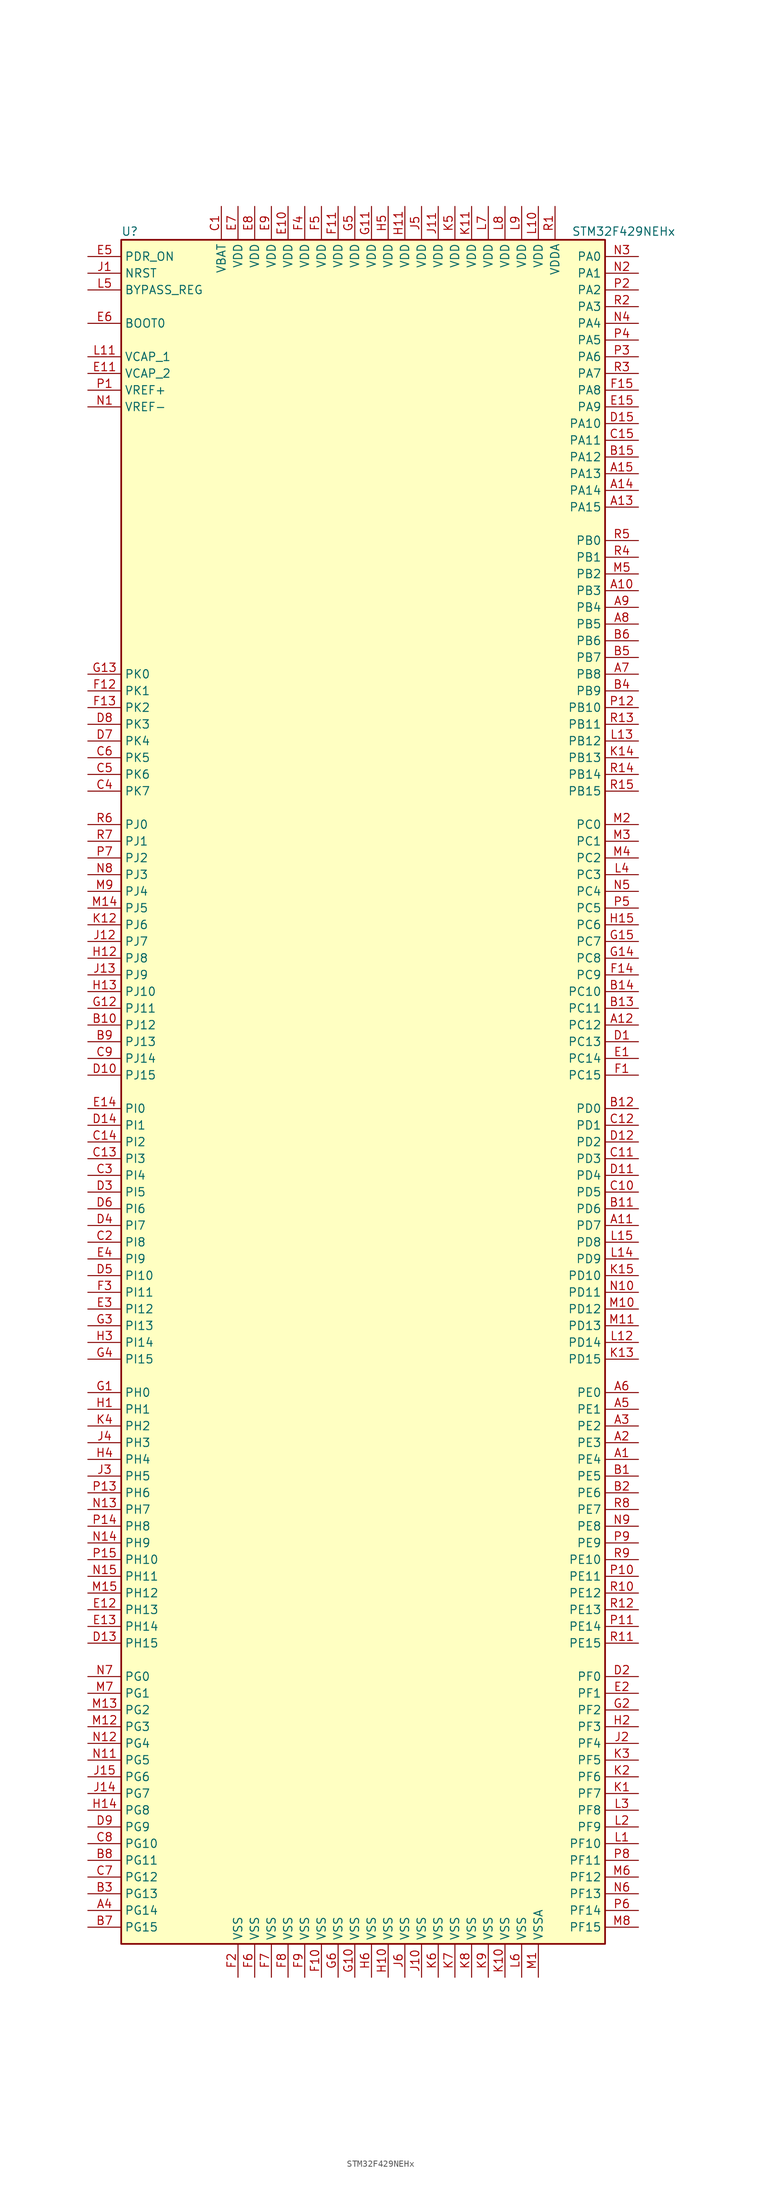
<source format=kicad_sym>
(kicad_symbol_lib
  (version 20201005)
  (generator kicad_symbol_editor)
  (symbol "MCU_ST_STM32F4:STM32F429NEHx"
    (property "Reference" "U"
      (at -38.1 130.81 0)
      (effects (font (size 1.27 1.27)) (justify left)))
    (property "Value" "STM32F429NEHx"
      (at 30.48 130.81 0)
      (effects (font (size 1.27 1.27)) (justify left)))
    (symbol "STM32F429NEHx_0_1"
      (rectangle (start -38.1 -129.54) (end 35.56 129.54) (stroke (width 0.254)) (fill (type background))))
    (symbol "STM32F429NEHx_1_1"
      (pin input line (at -43.18 116.84 0) (length 5.08) (name "BOOT0" (effects (font (size 1.27 1.27)))) (number "E6" (effects (font (size 1.27 1.27)))))
      (pin input line (at -43.18 121.92 0) (length 5.08) (name "BYPASS_REG" (effects (font (size 1.27 1.27)))) (number "L5" (effects (font (size 1.27 1.27)))))
      (pin input line (at -43.18 124.46 0) (length 5.08) (name "NRST" (effects (font (size 1.27 1.27)))) (number "J1" (effects (font (size 1.27 1.27)))))
      (pin bidirectional line (at 40.64 127 180) (length 5.08) (name "PA0" (effects (font (size 1.27 1.27)))) (number "N3" (effects (font (size 1.27 1.27)))))
      (pin bidirectional line (at 40.64 124.46 180) (length 5.08) (name "PA1" (effects (font (size 1.27 1.27)))) (number "N2" (effects (font (size 1.27 1.27)))))
      (pin bidirectional line (at 40.64 101.6 180) (length 5.08) (name "PA10" (effects (font (size 1.27 1.27)))) (number "D15" (effects (font (size 1.27 1.27)))))
      (pin bidirectional line (at 40.64 99.06 180) (length 5.08) (name "PA11" (effects (font (size 1.27 1.27)))) (number "C15" (effects (font (size 1.27 1.27)))))
      (pin bidirectional line (at 40.64 96.52 180) (length 5.08) (name "PA12" (effects (font (size 1.27 1.27)))) (number "B15" (effects (font (size 1.27 1.27)))))
      (pin bidirectional line (at 40.64 93.98 180) (length 5.08) (name "PA13" (effects (font (size 1.27 1.27)))) (number "A15" (effects (font (size 1.27 1.27)))))
      (pin bidirectional line (at 40.64 91.44 180) (length 5.08) (name "PA14" (effects (font (size 1.27 1.27)))) (number "A14" (effects (font (size 1.27 1.27)))))
      (pin bidirectional line (at 40.64 88.9 180) (length 5.08) (name "PA15" (effects (font (size 1.27 1.27)))) (number "A13" (effects (font (size 1.27 1.27)))))
      (pin bidirectional line (at 40.64 121.92 180) (length 5.08) (name "PA2" (effects (font (size 1.27 1.27)))) (number "P2" (effects (font (size 1.27 1.27)))))
      (pin bidirectional line (at 40.64 119.38 180) (length 5.08) (name "PA3" (effects (font (size 1.27 1.27)))) (number "R2" (effects (font (size 1.27 1.27)))))
      (pin bidirectional line (at 40.64 116.84 180) (length 5.08) (name "PA4" (effects (font (size 1.27 1.27)))) (number "N4" (effects (font (size 1.27 1.27)))))
      (pin bidirectional line (at 40.64 114.3 180) (length 5.08) (name "PA5" (effects (font (size 1.27 1.27)))) (number "P4" (effects (font (size 1.27 1.27)))))
      (pin bidirectional line (at 40.64 111.76 180) (length 5.08) (name "PA6" (effects (font (size 1.27 1.27)))) (number "P3" (effects (font (size 1.27 1.27)))))
      (pin bidirectional line (at 40.64 109.22 180) (length 5.08) (name "PA7" (effects (font (size 1.27 1.27)))) (number "R3" (effects (font (size 1.27 1.27)))))
      (pin bidirectional line (at 40.64 106.68 180) (length 5.08) (name "PA8" (effects (font (size 1.27 1.27)))) (number "F15" (effects (font (size 1.27 1.27)))))
      (pin bidirectional line (at 40.64 104.14 180) (length 5.08) (name "PA9" (effects (font (size 1.27 1.27)))) (number "E15" (effects (font (size 1.27 1.27)))))
      (pin bidirectional line (at 40.64 83.82 180) (length 5.08) (name "PB0" (effects (font (size 1.27 1.27)))) (number "R5" (effects (font (size 1.27 1.27)))))
      (pin bidirectional line (at 40.64 81.28 180) (length 5.08) (name "PB1" (effects (font (size 1.27 1.27)))) (number "R4" (effects (font (size 1.27 1.27)))))
      (pin bidirectional line (at 40.64 58.42 180) (length 5.08) (name "PB10" (effects (font (size 1.27 1.27)))) (number "P12" (effects (font (size 1.27 1.27)))))
      (pin bidirectional line (at 40.64 55.88 180) (length 5.08) (name "PB11" (effects (font (size 1.27 1.27)))) (number "R13" (effects (font (size 1.27 1.27)))))
      (pin bidirectional line (at 40.64 53.34 180) (length 5.08) (name "PB12" (effects (font (size 1.27 1.27)))) (number "L13" (effects (font (size 1.27 1.27)))))
      (pin bidirectional line (at 40.64 50.8 180) (length 5.08) (name "PB13" (effects (font (size 1.27 1.27)))) (number "K14" (effects (font (size 1.27 1.27)))))
      (pin bidirectional line (at 40.64 48.26 180) (length 5.08) (name "PB14" (effects (font (size 1.27 1.27)))) (number "R14" (effects (font (size 1.27 1.27)))))
      (pin bidirectional line (at 40.64 45.72 180) (length 5.08) (name "PB15" (effects (font (size 1.27 1.27)))) (number "R15" (effects (font (size 1.27 1.27)))))
      (pin bidirectional line (at 40.64 78.74 180) (length 5.08) (name "PB2" (effects (font (size 1.27 1.27)))) (number "M5" (effects (font (size 1.27 1.27)))))
      (pin bidirectional line (at 40.64 76.2 180) (length 5.08) (name "PB3" (effects (font (size 1.27 1.27)))) (number "A10" (effects (font (size 1.27 1.27)))))
      (pin bidirectional line (at 40.64 73.66 180) (length 5.08) (name "PB4" (effects (font (size 1.27 1.27)))) (number "A9" (effects (font (size 1.27 1.27)))))
      (pin bidirectional line (at 40.64 71.12 180) (length 5.08) (name "PB5" (effects (font (size 1.27 1.27)))) (number "A8" (effects (font (size 1.27 1.27)))))
      (pin bidirectional line (at 40.64 68.58 180) (length 5.08) (name "PB6" (effects (font (size 1.27 1.27)))) (number "B6" (effects (font (size 1.27 1.27)))))
      (pin bidirectional line (at 40.64 66.04 180) (length 5.08) (name "PB7" (effects (font (size 1.27 1.27)))) (number "B5" (effects (font (size 1.27 1.27)))))
      (pin bidirectional line (at 40.64 63.5 180) (length 5.08) (name "PB8" (effects (font (size 1.27 1.27)))) (number "A7" (effects (font (size 1.27 1.27)))))
      (pin bidirectional line (at 40.64 60.96 180) (length 5.08) (name "PB9" (effects (font (size 1.27 1.27)))) (number "B4" (effects (font (size 1.27 1.27)))))
      (pin bidirectional line (at 40.64 40.64 180) (length 5.08) (name "PC0" (effects (font (size 1.27 1.27)))) (number "M2" (effects (font (size 1.27 1.27)))))
      (pin bidirectional line (at 40.64 38.1 180) (length 5.08) (name "PC1" (effects (font (size 1.27 1.27)))) (number "M3" (effects (font (size 1.27 1.27)))))
      (pin bidirectional line (at 40.64 15.24 180) (length 5.08) (name "PC10" (effects (font (size 1.27 1.27)))) (number "B14" (effects (font (size 1.27 1.27)))))
      (pin bidirectional line (at 40.64 12.7 180) (length 5.08) (name "PC11" (effects (font (size 1.27 1.27)))) (number "B13" (effects (font (size 1.27 1.27)))))
      (pin bidirectional line (at 40.64 10.16 180) (length 5.08) (name "PC12" (effects (font (size 1.27 1.27)))) (number "A12" (effects (font (size 1.27 1.27)))))
      (pin bidirectional line (at 40.64 7.62 180) (length 5.08) (name "PC13" (effects (font (size 1.27 1.27)))) (number "D1" (effects (font (size 1.27 1.27)))))
      (pin bidirectional line (at 40.64 5.08 180) (length 5.08) (name "PC14" (effects (font (size 1.27 1.27)))) (number "E1" (effects (font (size 1.27 1.27)))))
      (pin bidirectional line (at 40.64 2.54 180) (length 5.08) (name "PC15" (effects (font (size 1.27 1.27)))) (number "F1" (effects (font (size 1.27 1.27)))))
      (pin bidirectional line (at 40.64 35.56 180) (length 5.08) (name "PC2" (effects (font (size 1.27 1.27)))) (number "M4" (effects (font (size 1.27 1.27)))))
      (pin bidirectional line (at 40.64 33.02 180) (length 5.08) (name "PC3" (effects (font (size 1.27 1.27)))) (number "L4" (effects (font (size 1.27 1.27)))))
      (pin bidirectional line (at 40.64 30.48 180) (length 5.08) (name "PC4" (effects (font (size 1.27 1.27)))) (number "N5" (effects (font (size 1.27 1.27)))))
      (pin bidirectional line (at 40.64 27.94 180) (length 5.08) (name "PC5" (effects (font (size 1.27 1.27)))) (number "P5" (effects (font (size 1.27 1.27)))))
      (pin bidirectional line (at 40.64 25.4 180) (length 5.08) (name "PC6" (effects (font (size 1.27 1.27)))) (number "H15" (effects (font (size 1.27 1.27)))))
      (pin bidirectional line (at 40.64 22.86 180) (length 5.08) (name "PC7" (effects (font (size 1.27 1.27)))) (number "G15" (effects (font (size 1.27 1.27)))))
      (pin bidirectional line (at 40.64 20.32 180) (length 5.08) (name "PC8" (effects (font (size 1.27 1.27)))) (number "G14" (effects (font (size 1.27 1.27)))))
      (pin bidirectional line (at 40.64 17.78 180) (length 5.08) (name "PC9" (effects (font (size 1.27 1.27)))) (number "F14" (effects (font (size 1.27 1.27)))))
      (pin bidirectional line (at 40.64 -2.54 180) (length 5.08) (name "PD0" (effects (font (size 1.27 1.27)))) (number "B12" (effects (font (size 1.27 1.27)))))
      (pin bidirectional line (at 40.64 -5.08 180) (length 5.08) (name "PD1" (effects (font (size 1.27 1.27)))) (number "C12" (effects (font (size 1.27 1.27)))))
      (pin bidirectional line (at 40.64 -27.94 180) (length 5.08) (name "PD10" (effects (font (size 1.27 1.27)))) (number "K15" (effects (font (size 1.27 1.27)))))
      (pin bidirectional line (at 40.64 -30.48 180) (length 5.08) (name "PD11" (effects (font (size 1.27 1.27)))) (number "N10" (effects (font (size 1.27 1.27)))))
      (pin bidirectional line (at 40.64 -33.02 180) (length 5.08) (name "PD12" (effects (font (size 1.27 1.27)))) (number "M10" (effects (font (size 1.27 1.27)))))
      (pin bidirectional line (at 40.64 -35.56 180) (length 5.08) (name "PD13" (effects (font (size 1.27 1.27)))) (number "M11" (effects (font (size 1.27 1.27)))))
      (pin bidirectional line (at 40.64 -38.1 180) (length 5.08) (name "PD14" (effects (font (size 1.27 1.27)))) (number "L12" (effects (font (size 1.27 1.27)))))
      (pin bidirectional line (at 40.64 -40.64 180) (length 5.08) (name "PD15" (effects (font (size 1.27 1.27)))) (number "K13" (effects (font (size 1.27 1.27)))))
      (pin bidirectional line (at 40.64 -7.62 180) (length 5.08) (name "PD2" (effects (font (size 1.27 1.27)))) (number "D12" (effects (font (size 1.27 1.27)))))
      (pin bidirectional line (at 40.64 -10.16 180) (length 5.08) (name "PD3" (effects (font (size 1.27 1.27)))) (number "C11" (effects (font (size 1.27 1.27)))))
      (pin bidirectional line (at 40.64 -12.7 180) (length 5.08) (name "PD4" (effects (font (size 1.27 1.27)))) (number "D11" (effects (font (size 1.27 1.27)))))
      (pin bidirectional line (at 40.64 -15.24 180) (length 5.08) (name "PD5" (effects (font (size 1.27 1.27)))) (number "C10" (effects (font (size 1.27 1.27)))))
      (pin bidirectional line (at 40.64 -17.78 180) (length 5.08) (name "PD6" (effects (font (size 1.27 1.27)))) (number "B11" (effects (font (size 1.27 1.27)))))
      (pin bidirectional line (at 40.64 -20.32 180) (length 5.08) (name "PD7" (effects (font (size 1.27 1.27)))) (number "A11" (effects (font (size 1.27 1.27)))))
      (pin bidirectional line (at 40.64 -22.86 180) (length 5.08) (name "PD8" (effects (font (size 1.27 1.27)))) (number "L15" (effects (font (size 1.27 1.27)))))
      (pin bidirectional line (at 40.64 -25.4 180) (length 5.08) (name "PD9" (effects (font (size 1.27 1.27)))) (number "L14" (effects (font (size 1.27 1.27)))))
      (pin input line (at -43.18 127 0) (length 5.08) (name "PDR_ON" (effects (font (size 1.27 1.27)))) (number "E5" (effects (font (size 1.27 1.27)))))
      (pin bidirectional line (at 40.64 -45.72 180) (length 5.08) (name "PE0" (effects (font (size 1.27 1.27)))) (number "A6" (effects (font (size 1.27 1.27)))))
      (pin bidirectional line (at 40.64 -48.26 180) (length 5.08) (name "PE1" (effects (font (size 1.27 1.27)))) (number "A5" (effects (font (size 1.27 1.27)))))
      (pin bidirectional line (at 40.64 -71.12 180) (length 5.08) (name "PE10" (effects (font (size 1.27 1.27)))) (number "R9" (effects (font (size 1.27 1.27)))))
      (pin bidirectional line (at 40.64 -73.66 180) (length 5.08) (name "PE11" (effects (font (size 1.27 1.27)))) (number "P10" (effects (font (size 1.27 1.27)))))
      (pin bidirectional line (at 40.64 -76.2 180) (length 5.08) (name "PE12" (effects (font (size 1.27 1.27)))) (number "R10" (effects (font (size 1.27 1.27)))))
      (pin bidirectional line (at 40.64 -78.74 180) (length 5.08) (name "PE13" (effects (font (size 1.27 1.27)))) (number "R12" (effects (font (size 1.27 1.27)))))
      (pin bidirectional line (at 40.64 -81.28 180) (length 5.08) (name "PE14" (effects (font (size 1.27 1.27)))) (number "P11" (effects (font (size 1.27 1.27)))))
      (pin bidirectional line (at 40.64 -83.82 180) (length 5.08) (name "PE15" (effects (font (size 1.27 1.27)))) (number "R11" (effects (font (size 1.27 1.27)))))
      (pin bidirectional line (at 40.64 -50.8 180) (length 5.08) (name "PE2" (effects (font (size 1.27 1.27)))) (number "A3" (effects (font (size 1.27 1.27)))))
      (pin bidirectional line (at 40.64 -53.34 180) (length 5.08) (name "PE3" (effects (font (size 1.27 1.27)))) (number "A2" (effects (font (size 1.27 1.27)))))
      (pin bidirectional line (at 40.64 -55.88 180) (length 5.08) (name "PE4" (effects (font (size 1.27 1.27)))) (number "A1" (effects (font (size 1.27 1.27)))))
      (pin bidirectional line (at 40.64 -58.42 180) (length 5.08) (name "PE5" (effects (font (size 1.27 1.27)))) (number "B1" (effects (font (size 1.27 1.27)))))
      (pin bidirectional line (at 40.64 -60.96 180) (length 5.08) (name "PE6" (effects (font (size 1.27 1.27)))) (number "B2" (effects (font (size 1.27 1.27)))))
      (pin bidirectional line (at 40.64 -63.5 180) (length 5.08) (name "PE7" (effects (font (size 1.27 1.27)))) (number "R8" (effects (font (size 1.27 1.27)))))
      (pin bidirectional line (at 40.64 -66.04 180) (length 5.08) (name "PE8" (effects (font (size 1.27 1.27)))) (number "N9" (effects (font (size 1.27 1.27)))))
      (pin bidirectional line (at 40.64 -68.58 180) (length 5.08) (name "PE9" (effects (font (size 1.27 1.27)))) (number "P9" (effects (font (size 1.27 1.27)))))
      (pin bidirectional line (at 40.64 -88.9 180) (length 5.08) (name "PF0" (effects (font (size 1.27 1.27)))) (number "D2" (effects (font (size 1.27 1.27)))))
      (pin bidirectional line (at 40.64 -91.44 180) (length 5.08) (name "PF1" (effects (font (size 1.27 1.27)))) (number "E2" (effects (font (size 1.27 1.27)))))
      (pin bidirectional line (at 40.64 -114.3 180) (length 5.08) (name "PF10" (effects (font (size 1.27 1.27)))) (number "L1" (effects (font (size 1.27 1.27)))))
      (pin bidirectional line (at 40.64 -116.84 180) (length 5.08) (name "PF11" (effects (font (size 1.27 1.27)))) (number "P8" (effects (font (size 1.27 1.27)))))
      (pin bidirectional line (at 40.64 -119.38 180) (length 5.08) (name "PF12" (effects (font (size 1.27 1.27)))) (number "M6" (effects (font (size 1.27 1.27)))))
      (pin bidirectional line (at 40.64 -121.92 180) (length 5.08) (name "PF13" (effects (font (size 1.27 1.27)))) (number "N6" (effects (font (size 1.27 1.27)))))
      (pin bidirectional line (at 40.64 -124.46 180) (length 5.08) (name "PF14" (effects (font (size 1.27 1.27)))) (number "P6" (effects (font (size 1.27 1.27)))))
      (pin bidirectional line (at 40.64 -127 180) (length 5.08) (name "PF15" (effects (font (size 1.27 1.27)))) (number "M8" (effects (font (size 1.27 1.27)))))
      (pin bidirectional line (at 40.64 -93.98 180) (length 5.08) (name "PF2" (effects (font (size 1.27 1.27)))) (number "G2" (effects (font (size 1.27 1.27)))))
      (pin bidirectional line (at 40.64 -96.52 180) (length 5.08) (name "PF3" (effects (font (size 1.27 1.27)))) (number "H2" (effects (font (size 1.27 1.27)))))
      (pin bidirectional line (at 40.64 -99.06 180) (length 5.08) (name "PF4" (effects (font (size 1.27 1.27)))) (number "J2" (effects (font (size 1.27 1.27)))))
      (pin bidirectional line (at 40.64 -101.6 180) (length 5.08) (name "PF5" (effects (font (size 1.27 1.27)))) (number "K3" (effects (font (size 1.27 1.27)))))
      (pin bidirectional line (at 40.64 -104.14 180) (length 5.08) (name "PF6" (effects (font (size 1.27 1.27)))) (number "K2" (effects (font (size 1.27 1.27)))))
      (pin bidirectional line (at 40.64 -106.68 180) (length 5.08) (name "PF7" (effects (font (size 1.27 1.27)))) (number "K1" (effects (font (size 1.27 1.27)))))
      (pin bidirectional line (at 40.64 -109.22 180) (length 5.08) (name "PF8" (effects (font (size 1.27 1.27)))) (number "L3" (effects (font (size 1.27 1.27)))))
      (pin bidirectional line (at 40.64 -111.76 180) (length 5.08) (name "PF9" (effects (font (size 1.27 1.27)))) (number "L2" (effects (font (size 1.27 1.27)))))
      (pin bidirectional line (at -43.18 -88.9 0) (length 5.08) (name "PG0" (effects (font (size 1.27 1.27)))) (number "N7" (effects (font (size 1.27 1.27)))))
      (pin bidirectional line (at -43.18 -91.44 0) (length 5.08) (name "PG1" (effects (font (size 1.27 1.27)))) (number "M7" (effects (font (size 1.27 1.27)))))
      (pin bidirectional line (at -43.18 -114.3 0) (length 5.08) (name "PG10" (effects (font (size 1.27 1.27)))) (number "C8" (effects (font (size 1.27 1.27)))))
      (pin bidirectional line (at -43.18 -116.84 0) (length 5.08) (name "PG11" (effects (font (size 1.27 1.27)))) (number "B8" (effects (font (size 1.27 1.27)))))
      (pin bidirectional line (at -43.18 -119.38 0) (length 5.08) (name "PG12" (effects (font (size 1.27 1.27)))) (number "C7" (effects (font (size 1.27 1.27)))))
      (pin bidirectional line (at -43.18 -121.92 0) (length 5.08) (name "PG13" (effects (font (size 1.27 1.27)))) (number "B3" (effects (font (size 1.27 1.27)))))
      (pin bidirectional line (at -43.18 -124.46 0) (length 5.08) (name "PG14" (effects (font (size 1.27 1.27)))) (number "A4" (effects (font (size 1.27 1.27)))))
      (pin bidirectional line (at -43.18 -127 0) (length 5.08) (name "PG15" (effects (font (size 1.27 1.27)))) (number "B7" (effects (font (size 1.27 1.27)))))
      (pin bidirectional line (at -43.18 -93.98 0) (length 5.08) (name "PG2" (effects (font (size 1.27 1.27)))) (number "M13" (effects (font (size 1.27 1.27)))))
      (pin bidirectional line (at -43.18 -96.52 0) (length 5.08) (name "PG3" (effects (font (size 1.27 1.27)))) (number "M12" (effects (font (size 1.27 1.27)))))
      (pin bidirectional line (at -43.18 -99.06 0) (length 5.08) (name "PG4" (effects (font (size 1.27 1.27)))) (number "N12" (effects (font (size 1.27 1.27)))))
      (pin bidirectional line (at -43.18 -101.6 0) (length 5.08) (name "PG5" (effects (font (size 1.27 1.27)))) (number "N11" (effects (font (size 1.27 1.27)))))
      (pin bidirectional line (at -43.18 -104.14 0) (length 5.08) (name "PG6" (effects (font (size 1.27 1.27)))) (number "J15" (effects (font (size 1.27 1.27)))))
      (pin bidirectional line (at -43.18 -106.68 0) (length 5.08) (name "PG7" (effects (font (size 1.27 1.27)))) (number "J14" (effects (font (size 1.27 1.27)))))
      (pin bidirectional line (at -43.18 -109.22 0) (length 5.08) (name "PG8" (effects (font (size 1.27 1.27)))) (number "H14" (effects (font (size 1.27 1.27)))))
      (pin bidirectional line (at -43.18 -111.76 0) (length 5.08) (name "PG9" (effects (font (size 1.27 1.27)))) (number "D9" (effects (font (size 1.27 1.27)))))
      (pin input line (at -43.18 -45.72 0) (length 5.08) (name "PH0" (effects (font (size 1.27 1.27)))) (number "G1" (effects (font (size 1.27 1.27)))))
      (pin input line (at -43.18 -48.26 0) (length 5.08) (name "PH1" (effects (font (size 1.27 1.27)))) (number "H1" (effects (font (size 1.27 1.27)))))
      (pin bidirectional line (at -43.18 -71.12 0) (length 5.08) (name "PH10" (effects (font (size 1.27 1.27)))) (number "P15" (effects (font (size 1.27 1.27)))))
      (pin bidirectional line (at -43.18 -73.66 0) (length 5.08) (name "PH11" (effects (font (size 1.27 1.27)))) (number "N15" (effects (font (size 1.27 1.27)))))
      (pin bidirectional line (at -43.18 -76.2 0) (length 5.08) (name "PH12" (effects (font (size 1.27 1.27)))) (number "M15" (effects (font (size 1.27 1.27)))))
      (pin bidirectional line (at -43.18 -78.74 0) (length 5.08) (name "PH13" (effects (font (size 1.27 1.27)))) (number "E12" (effects (font (size 1.27 1.27)))))
      (pin bidirectional line (at -43.18 -81.28 0) (length 5.08) (name "PH14" (effects (font (size 1.27 1.27)))) (number "E13" (effects (font (size 1.27 1.27)))))
      (pin bidirectional line (at -43.18 -83.82 0) (length 5.08) (name "PH15" (effects (font (size 1.27 1.27)))) (number "D13" (effects (font (size 1.27 1.27)))))
      (pin bidirectional line (at -43.18 -50.8 0) (length 5.08) (name "PH2" (effects (font (size 1.27 1.27)))) (number "K4" (effects (font (size 1.27 1.27)))))
      (pin bidirectional line (at -43.18 -53.34 0) (length 5.08) (name "PH3" (effects (font (size 1.27 1.27)))) (number "J4" (effects (font (size 1.27 1.27)))))
      (pin bidirectional line (at -43.18 -55.88 0) (length 5.08) (name "PH4" (effects (font (size 1.27 1.27)))) (number "H4" (effects (font (size 1.27 1.27)))))
      (pin bidirectional line (at -43.18 -58.42 0) (length 5.08) (name "PH5" (effects (font (size 1.27 1.27)))) (number "J3" (effects (font (size 1.27 1.27)))))
      (pin bidirectional line (at -43.18 -60.96 0) (length 5.08) (name "PH6" (effects (font (size 1.27 1.27)))) (number "P13" (effects (font (size 1.27 1.27)))))
      (pin bidirectional line (at -43.18 -63.5 0) (length 5.08) (name "PH7" (effects (font (size 1.27 1.27)))) (number "N13" (effects (font (size 1.27 1.27)))))
      (pin bidirectional line (at -43.18 -66.04 0) (length 5.08) (name "PH8" (effects (font (size 1.27 1.27)))) (number "P14" (effects (font (size 1.27 1.27)))))
      (pin bidirectional line (at -43.18 -68.58 0) (length 5.08) (name "PH9" (effects (font (size 1.27 1.27)))) (number "N14" (effects (font (size 1.27 1.27)))))
      (pin bidirectional line (at -43.18 -2.54 0) (length 5.08) (name "PI0" (effects (font (size 1.27 1.27)))) (number "E14" (effects (font (size 1.27 1.27)))))
      (pin bidirectional line (at -43.18 -5.08 0) (length 5.08) (name "PI1" (effects (font (size 1.27 1.27)))) (number "D14" (effects (font (size 1.27 1.27)))))
      (pin bidirectional line (at -43.18 -27.94 0) (length 5.08) (name "PI10" (effects (font (size 1.27 1.27)))) (number "D5" (effects (font (size 1.27 1.27)))))
      (pin bidirectional line (at -43.18 -30.48 0) (length 5.08) (name "PI11" (effects (font (size 1.27 1.27)))) (number "F3" (effects (font (size 1.27 1.27)))))
      (pin bidirectional line (at -43.18 -33.02 0) (length 5.08) (name "PI12" (effects (font (size 1.27 1.27)))) (number "E3" (effects (font (size 1.27 1.27)))))
      (pin bidirectional line (at -43.18 -35.56 0) (length 5.08) (name "PI13" (effects (font (size 1.27 1.27)))) (number "G3" (effects (font (size 1.27 1.27)))))
      (pin bidirectional line (at -43.18 -38.1 0) (length 5.08) (name "PI14" (effects (font (size 1.27 1.27)))) (number "H3" (effects (font (size 1.27 1.27)))))
      (pin bidirectional line (at -43.18 -40.64 0) (length 5.08) (name "PI15" (effects (font (size 1.27 1.27)))) (number "G4" (effects (font (size 1.27 1.27)))))
      (pin bidirectional line (at -43.18 -7.62 0) (length 5.08) (name "PI2" (effects (font (size 1.27 1.27)))) (number "C14" (effects (font (size 1.27 1.27)))))
      (pin bidirectional line (at -43.18 -10.16 0) (length 5.08) (name "PI3" (effects (font (size 1.27 1.27)))) (number "C13" (effects (font (size 1.27 1.27)))))
      (pin bidirectional line (at -43.18 -12.7 0) (length 5.08) (name "PI4" (effects (font (size 1.27 1.27)))) (number "C3" (effects (font (size 1.27 1.27)))))
      (pin bidirectional line (at -43.18 -15.24 0) (length 5.08) (name "PI5" (effects (font (size 1.27 1.27)))) (number "D3" (effects (font (size 1.27 1.27)))))
      (pin bidirectional line (at -43.18 -17.78 0) (length 5.08) (name "PI6" (effects (font (size 1.27 1.27)))) (number "D6" (effects (font (size 1.27 1.27)))))
      (pin bidirectional line (at -43.18 -20.32 0) (length 5.08) (name "PI7" (effects (font (size 1.27 1.27)))) (number "D4" (effects (font (size 1.27 1.27)))))
      (pin bidirectional line (at -43.18 -22.86 0) (length 5.08) (name "PI8" (effects (font (size 1.27 1.27)))) (number "C2" (effects (font (size 1.27 1.27)))))
      (pin bidirectional line (at -43.18 -25.4 0) (length 5.08) (name "PI9" (effects (font (size 1.27 1.27)))) (number "E4" (effects (font (size 1.27 1.27)))))
      (pin bidirectional line (at -43.18 40.64 0) (length 5.08) (name "PJ0" (effects (font (size 1.27 1.27)))) (number "R6" (effects (font (size 1.27 1.27)))))
      (pin bidirectional line (at -43.18 38.1 0) (length 5.08) (name "PJ1" (effects (font (size 1.27 1.27)))) (number "R7" (effects (font (size 1.27 1.27)))))
      (pin bidirectional line (at -43.18 15.24 0) (length 5.08) (name "PJ10" (effects (font (size 1.27 1.27)))) (number "H13" (effects (font (size 1.27 1.27)))))
      (pin bidirectional line (at -43.18 12.7 0) (length 5.08) (name "PJ11" (effects (font (size 1.27 1.27)))) (number "G12" (effects (font (size 1.27 1.27)))))
      (pin bidirectional line (at -43.18 10.16 0) (length 5.08) (name "PJ12" (effects (font (size 1.27 1.27)))) (number "B10" (effects (font (size 1.27 1.27)))))
      (pin bidirectional line (at -43.18 7.62 0) (length 5.08) (name "PJ13" (effects (font (size 1.27 1.27)))) (number "B9" (effects (font (size 1.27 1.27)))))
      (pin bidirectional line (at -43.18 5.08 0) (length 5.08) (name "PJ14" (effects (font (size 1.27 1.27)))) (number "C9" (effects (font (size 1.27 1.27)))))
      (pin bidirectional line (at -43.18 2.54 0) (length 5.08) (name "PJ15" (effects (font (size 1.27 1.27)))) (number "D10" (effects (font (size 1.27 1.27)))))
      (pin bidirectional line (at -43.18 35.56 0) (length 5.08) (name "PJ2" (effects (font (size 1.27 1.27)))) (number "P7" (effects (font (size 1.27 1.27)))))
      (pin bidirectional line (at -43.18 33.02 0) (length 5.08) (name "PJ3" (effects (font (size 1.27 1.27)))) (number "N8" (effects (font (size 1.27 1.27)))))
      (pin bidirectional line (at -43.18 30.48 0) (length 5.08) (name "PJ4" (effects (font (size 1.27 1.27)))) (number "M9" (effects (font (size 1.27 1.27)))))
      (pin bidirectional line (at -43.18 27.94 0) (length 5.08) (name "PJ5" (effects (font (size 1.27 1.27)))) (number "M14" (effects (font (size 1.27 1.27)))))
      (pin bidirectional line (at -43.18 25.4 0) (length 5.08) (name "PJ6" (effects (font (size 1.27 1.27)))) (number "K12" (effects (font (size 1.27 1.27)))))
      (pin bidirectional line (at -43.18 22.86 0) (length 5.08) (name "PJ7" (effects (font (size 1.27 1.27)))) (number "J12" (effects (font (size 1.27 1.27)))))
      (pin bidirectional line (at -43.18 20.32 0) (length 5.08) (name "PJ8" (effects (font (size 1.27 1.27)))) (number "H12" (effects (font (size 1.27 1.27)))))
      (pin bidirectional line (at -43.18 17.78 0) (length 5.08) (name "PJ9" (effects (font (size 1.27 1.27)))) (number "J13" (effects (font (size 1.27 1.27)))))
      (pin bidirectional line (at -43.18 63.5 0) (length 5.08) (name "PK0" (effects (font (size 1.27 1.27)))) (number "G13" (effects (font (size 1.27 1.27)))))
      (pin bidirectional line (at -43.18 60.96 0) (length 5.08) (name "PK1" (effects (font (size 1.27 1.27)))) (number "F12" (effects (font (size 1.27 1.27)))))
      (pin bidirectional line (at -43.18 58.42 0) (length 5.08) (name "PK2" (effects (font (size 1.27 1.27)))) (number "F13" (effects (font (size 1.27 1.27)))))
      (pin bidirectional line (at -43.18 55.88 0) (length 5.08) (name "PK3" (effects (font (size 1.27 1.27)))) (number "D8" (effects (font (size 1.27 1.27)))))
      (pin bidirectional line (at -43.18 53.34 0) (length 5.08) (name "PK4" (effects (font (size 1.27 1.27)))) (number "D7" (effects (font (size 1.27 1.27)))))
      (pin bidirectional line (at -43.18 50.8 0) (length 5.08) (name "PK5" (effects (font (size 1.27 1.27)))) (number "C6" (effects (font (size 1.27 1.27)))))
      (pin bidirectional line (at -43.18 48.26 0) (length 5.08) (name "PK6" (effects (font (size 1.27 1.27)))) (number "C5" (effects (font (size 1.27 1.27)))))
      (pin bidirectional line (at -43.18 45.72 0) (length 5.08) (name "PK7" (effects (font (size 1.27 1.27)))) (number "C4" (effects (font (size 1.27 1.27)))))
      (pin power_in line (at -22.86 134.62 270) (length 5.08) (name "VBAT" (effects (font (size 1.27 1.27)))) (number "C1" (effects (font (size 1.27 1.27)))))
      (pin power_in line (at -43.18 111.76 0) (length 5.08) (name "VCAP_1" (effects (font (size 1.27 1.27)))) (number "L11" (effects (font (size 1.27 1.27)))))
      (pin power_in line (at -43.18 109.22 0) (length 5.08) (name "VCAP_2" (effects (font (size 1.27 1.27)))) (number "E11" (effects (font (size 1.27 1.27)))))
      (pin power_in line (at -12.7 134.62 270) (length 5.08) (name "VDD" (effects (font (size 1.27 1.27)))) (number "E10" (effects (font (size 1.27 1.27)))))
      (pin power_in line (at -20.32 134.62 270) (length 5.08) (name "VDD" (effects (font (size 1.27 1.27)))) (number "E7" (effects (font (size 1.27 1.27)))))
      (pin power_in line (at -17.78 134.62 270) (length 5.08) (name "VDD" (effects (font (size 1.27 1.27)))) (number "E8" (effects (font (size 1.27 1.27)))))
      (pin power_in line (at -15.24 134.62 270) (length 5.08) (name "VDD" (effects (font (size 1.27 1.27)))) (number "E9" (effects (font (size 1.27 1.27)))))
      (pin power_in line (at -5.08 134.62 270) (length 5.08) (name "VDD" (effects (font (size 1.27 1.27)))) (number "F11" (effects (font (size 1.27 1.27)))))
      (pin power_in line (at -10.16 134.62 270) (length 5.08) (name "VDD" (effects (font (size 1.27 1.27)))) (number "F4" (effects (font (size 1.27 1.27)))))
      (pin power_in line (at -7.62 134.62 270) (length 5.08) (name "VDD" (effects (font (size 1.27 1.27)))) (number "F5" (effects (font (size 1.27 1.27)))))
      (pin power_in line (at 0 134.62 270) (length 5.08) (name "VDD" (effects (font (size 1.27 1.27)))) (number "G11" (effects (font (size 1.27 1.27)))))
      (pin power_in line (at -2.54 134.62 270) (length 5.08) (name "VDD" (effects (font (size 1.27 1.27)))) (number "G5" (effects (font (size 1.27 1.27)))))
      (pin power_in line (at 5.08 134.62 270) (length 5.08) (name "VDD" (effects (font (size 1.27 1.27)))) (number "H11" (effects (font (size 1.27 1.27)))))
      (pin power_in line (at 2.54 134.62 270) (length 5.08) (name "VDD" (effects (font (size 1.27 1.27)))) (number "H5" (effects (font (size 1.27 1.27)))))
      (pin power_in line (at 10.16 134.62 270) (length 5.08) (name "VDD" (effects (font (size 1.27 1.27)))) (number "J11" (effects (font (size 1.27 1.27)))))
      (pin power_in line (at 7.62 134.62 270) (length 5.08) (name "VDD" (effects (font (size 1.27 1.27)))) (number "J5" (effects (font (size 1.27 1.27)))))
      (pin power_in line (at 15.24 134.62 270) (length 5.08) (name "VDD" (effects (font (size 1.27 1.27)))) (number "K11" (effects (font (size 1.27 1.27)))))
      (pin power_in line (at 12.7 134.62 270) (length 5.08) (name "VDD" (effects (font (size 1.27 1.27)))) (number "K5" (effects (font (size 1.27 1.27)))))
      (pin power_in line (at 25.4 134.62 270) (length 5.08) (name "VDD" (effects (font (size 1.27 1.27)))) (number "L10" (effects (font (size 1.27 1.27)))))
      (pin power_in line (at 17.78 134.62 270) (length 5.08) (name "VDD" (effects (font (size 1.27 1.27)))) (number "L7" (effects (font (size 1.27 1.27)))))
      (pin power_in line (at 20.32 134.62 270) (length 5.08) (name "VDD" (effects (font (size 1.27 1.27)))) (number "L8" (effects (font (size 1.27 1.27)))))
      (pin power_in line (at 22.86 134.62 270) (length 5.08) (name "VDD" (effects (font (size 1.27 1.27)))) (number "L9" (effects (font (size 1.27 1.27)))))
      (pin power_in line (at 27.94 134.62 270) (length 5.08) (name "VDDA" (effects (font (size 1.27 1.27)))) (number "R1" (effects (font (size 1.27 1.27)))))
      (pin power_in line (at -43.18 106.68 0) (length 5.08) (name "VREF+" (effects (font (size 1.27 1.27)))) (number "P1" (effects (font (size 1.27 1.27)))))
      (pin power_in line (at -43.18 104.14 0) (length 5.08) (name "VREF-" (effects (font (size 1.27 1.27)))) (number "N1" (effects (font (size 1.27 1.27)))))
      (pin power_in line (at -7.62 -134.62 90) (length 5.08) (name "VSS" (effects (font (size 1.27 1.27)))) (number "F10" (effects (font (size 1.27 1.27)))))
      (pin power_in line (at -20.32 -134.62 90) (length 5.08) (name "VSS" (effects (font (size 1.27 1.27)))) (number "F2" (effects (font (size 1.27 1.27)))))
      (pin power_in line (at -17.78 -134.62 90) (length 5.08) (name "VSS" (effects (font (size 1.27 1.27)))) (number "F6" (effects (font (size 1.27 1.27)))))
      (pin power_in line (at -15.24 -134.62 90) (length 5.08) (name "VSS" (effects (font (size 1.27 1.27)))) (number "F7" (effects (font (size 1.27 1.27)))))
      (pin power_in line (at -12.7 -134.62 90) (length 5.08) (name "VSS" (effects (font (size 1.27 1.27)))) (number "F8" (effects (font (size 1.27 1.27)))))
      (pin power_in line (at -10.16 -134.62 90) (length 5.08) (name "VSS" (effects (font (size 1.27 1.27)))) (number "F9" (effects (font (size 1.27 1.27)))))
      (pin power_in line (at -2.54 -134.62 90) (length 5.08) (name "VSS" (effects (font (size 1.27 1.27)))) (number "G10" (effects (font (size 1.27 1.27)))))
      (pin power_in line (at -5.08 -134.62 90) (length 5.08) (name "VSS" (effects (font (size 1.27 1.27)))) (number "G6" (effects (font (size 1.27 1.27)))))
      (pin power_in line (at 2.54 -134.62 90) (length 5.08) (name "VSS" (effects (font (size 1.27 1.27)))) (number "H10" (effects (font (size 1.27 1.27)))))
      (pin power_in line (at 0 -134.62 90) (length 5.08) (name "VSS" (effects (font (size 1.27 1.27)))) (number "H6" (effects (font (size 1.27 1.27)))))
      (pin power_in line (at 7.62 -134.62 90) (length 5.08) (name "VSS" (effects (font (size 1.27 1.27)))) (number "J10" (effects (font (size 1.27 1.27)))))
      (pin power_in line (at 5.08 -134.62 90) (length 5.08) (name "VSS" (effects (font (size 1.27 1.27)))) (number "J6" (effects (font (size 1.27 1.27)))))
      (pin power_in line (at 20.32 -134.62 90) (length 5.08) (name "VSS" (effects (font (size 1.27 1.27)))) (number "K10" (effects (font (size 1.27 1.27)))))
      (pin power_in line (at 10.16 -134.62 90) (length 5.08) (name "VSS" (effects (font (size 1.27 1.27)))) (number "K6" (effects (font (size 1.27 1.27)))))
      (pin power_in line (at 12.7 -134.62 90) (length 5.08) (name "VSS" (effects (font (size 1.27 1.27)))) (number "K7" (effects (font (size 1.27 1.27)))))
      (pin power_in line (at 15.24 -134.62 90) (length 5.08) (name "VSS" (effects (font (size 1.27 1.27)))) (number "K8" (effects (font (size 1.27 1.27)))))
      (pin power_in line (at 17.78 -134.62 90) (length 5.08) (name "VSS" (effects (font (size 1.27 1.27)))) (number "K9" (effects (font (size 1.27 1.27)))))
      (pin power_in line (at 22.86 -134.62 90) (length 5.08) (name "VSS" (effects (font (size 1.27 1.27)))) (number "L6" (effects (font (size 1.27 1.27)))))
      (pin power_in line (at 25.4 -134.62 90) (length 5.08) (name "VSSA" (effects (font (size 1.27 1.27)))) (number "M1" (effects (font (size 1.27 1.27))))))))
</source>
